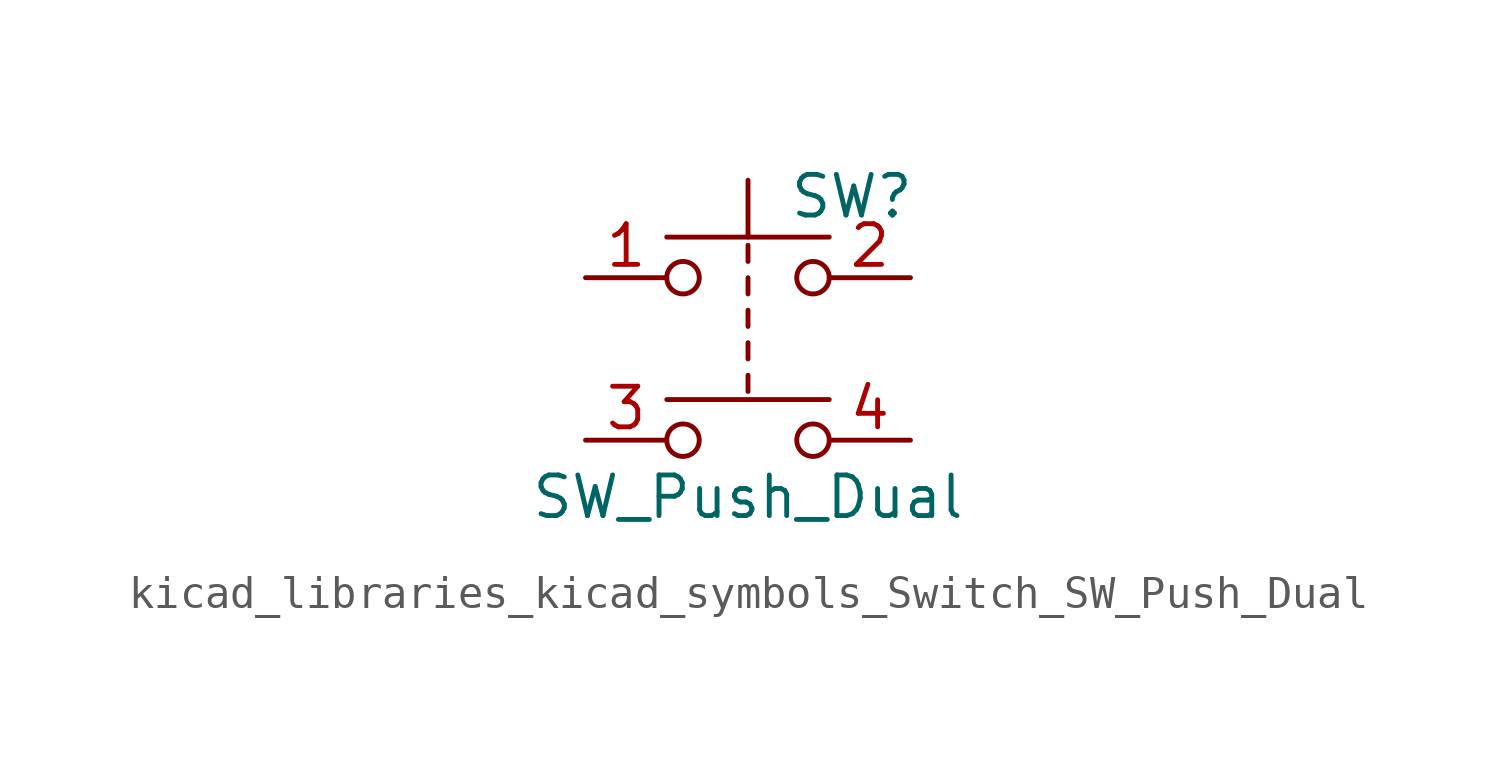
<source format=kicad_sym>
(kicad_symbol_lib
  (version 20220914)
  (generator kicad_symbol_editor)
  (symbol "kicad_libraries_kicad_symbols_Switch_SW_Push_Dual"
    (pin_names
      (offset 1.016) hide)
    (property "Reference" "SW"
      (at 1.27 2.54 0)
      (effects (font (size 1.27 1.27)) (justify left)))
    (property "Value" "SW_Push_Dual"
      (at 0 -6.858 0)
      (effects (font (size 1.27 1.27))))
    (symbol "kicad_libraries_kicad_symbols_Switch_SW_Push_Dual_0_1"
      (circle (center -2.032 -5.08) (radius 0.508) (stroke (width 0) (type default)) (fill (type none)))
      (circle (center -2.032 0) (radius 0.508) (stroke (width 0) (type default)) (fill (type none)))
      (polyline (pts (xy 0 -3.048) (xy 0 -3.556)) (stroke (width 0) (type default)) (fill (type none)))
      (polyline (pts (xy 0 -2.032) (xy 0 -2.54)) (stroke (width 0) (type default)) (fill (type none)))
      (polyline (pts (xy 0 -1.524) (xy 0 -1.016)) (stroke (width 0) (type default)) (fill (type none)))
      (polyline (pts (xy 0 -0.508) (xy 0 0)) (stroke (width 0) (type default)) (fill (type none)))
      (polyline (pts (xy 0 0.508) (xy 0 1.016)) (stroke (width 0) (type default)) (fill (type none)))
      (polyline (pts (xy 0 1.27) (xy 0 3.048)) (stroke (width 0) (type default)) (fill (type none)))
      (polyline (pts (xy 2.54 -3.81) (xy -2.54 -3.81)) (stroke (width 0) (type default)) (fill (type none)))
      (polyline (pts (xy 2.54 1.27) (xy -2.54 1.27)) (stroke (width 0) (type default)) (fill (type none)))
      (circle (center 2.032 -5.08) (radius 0.508) (stroke (width 0) (type default)) (fill (type none)))
      (circle (center 2.032 0) (radius 0.508) (stroke (width 0) (type default)) (fill (type none)))
      (pin passive line (at -5.08 0 0) (length 2.54) (name "1" (effects (font (size 1.27 1.27)))) (number "1" (effects (font (size 1.27 1.27)))))
      (pin passive line (at 5.08 0 180) (length 2.54) (name "2" (effects (font (size 1.27 1.27)))) (number "2" (effects (font (size 1.27 1.27)))))
      (pin passive line (at -5.08 -5.08 0) (length 2.54) (name "3" (effects (font (size 1.27 1.27)))) (number "3" (effects (font (size 1.27 1.27)))))
      (pin passive line (at 5.08 -5.08 180) (length 2.54) (name "4" (effects (font (size 1.27 1.27)))) (number "4" (effects (font (size 1.27 1.27))))))))
</source>
